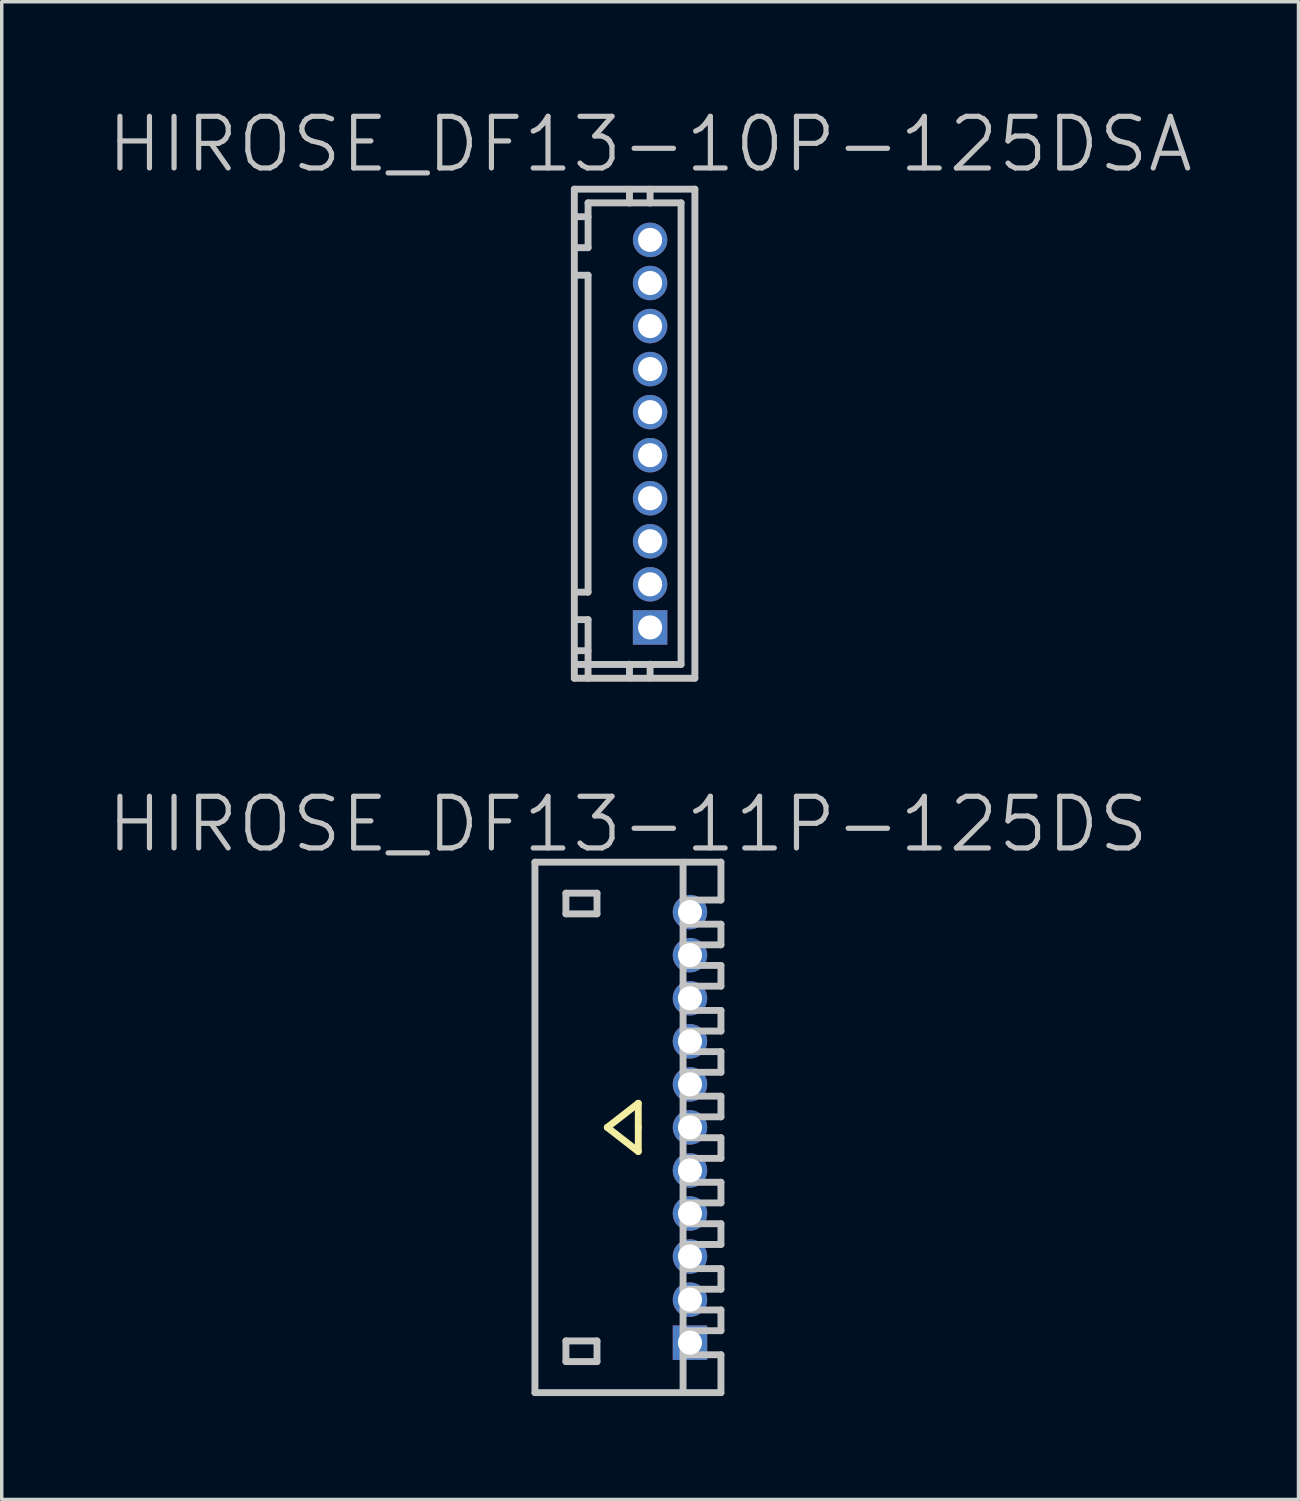
<source format=kicad_pcb>
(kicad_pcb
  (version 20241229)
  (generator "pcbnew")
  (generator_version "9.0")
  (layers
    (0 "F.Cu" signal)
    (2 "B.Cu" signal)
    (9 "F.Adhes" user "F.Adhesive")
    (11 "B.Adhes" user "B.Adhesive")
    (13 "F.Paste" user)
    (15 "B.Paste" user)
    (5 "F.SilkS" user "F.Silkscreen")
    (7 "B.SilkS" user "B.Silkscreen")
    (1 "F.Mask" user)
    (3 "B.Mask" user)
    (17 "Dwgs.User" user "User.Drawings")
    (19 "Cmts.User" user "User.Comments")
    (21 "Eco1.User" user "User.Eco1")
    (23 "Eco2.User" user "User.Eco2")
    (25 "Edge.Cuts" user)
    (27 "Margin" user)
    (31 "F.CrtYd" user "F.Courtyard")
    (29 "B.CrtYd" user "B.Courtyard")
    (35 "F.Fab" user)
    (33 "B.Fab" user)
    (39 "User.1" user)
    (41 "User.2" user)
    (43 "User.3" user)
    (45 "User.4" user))
  (footprint "HIROSE_DF13-11P-125DS"
    (layer "F.Cu")
    (at 15.182 29.683)
    (property "Reference" "HIROSE_DF13-11P-125DS" (at 0 -8.8 180) (layer "Dwgs.User") (effects (font (size 1.5 1.5) (thickness 0.15))))
    (attr through_hole)
    (fp_line (start -0.6 0) (end 0.3 0.7) (stroke (width 0.2) (type solid)) (layer "F.SilkS"))
    (fp_line (start 0.3 -0.7) (end -0.6 0) (stroke (width 0.2) (type solid)) (layer "F.SilkS"))
    (fp_line (start 0.3 0) (end 0.3 -0.7) (stroke (width 0.2) (type solid)) (layer "F.SilkS"))
    (fp_line (start 0.3 0.7) (end 0.3 0) (stroke (width 0.2) (type solid)) (layer "F.SilkS"))
    (fp_line (start -2.7 -7.701) (end 2.7 -7.701) (stroke (width 0.2) (type solid)) (layer "Dwgs.User"))
    (fp_line (start -2.7 7.699) (end -2.7 -7.699) (stroke (width 0.2) (type solid)) (layer "Dwgs.User"))
    (fp_line (start -2.7 7.701) (end 2.7 7.701) (stroke (width 0.2) (type solid)) (layer "Dwgs.User"))
    (fp_line (start -1.801 -6.8) (end -1.801 -6.2) (stroke (width 0.2) (type solid)) (layer "Dwgs.User"))
    (fp_line (start -1.801 -6.2) (end -0.899 -6.2) (stroke (width 0.2) (type solid)) (layer "Dwgs.User"))
    (fp_line (start -1.801 6.2) (end -0.899 6.2) (stroke (width 0.2) (type solid)) (layer "Dwgs.User"))
    (fp_line (start -1.801 6.8) (end -1.801 6.2) (stroke (width 0.2) (type solid)) (layer "Dwgs.User"))
    (fp_line (start -0.899 -6.8) (end -1.801 -6.8) (stroke (width 0.2) (type solid)) (layer "Dwgs.User"))
    (fp_line (start -0.899 -6.2) (end -0.899 -6.8) (stroke (width 0.2) (type solid)) (layer "Dwgs.User"))
    (fp_line (start -0.899 6.2) (end -0.899 6.8) (stroke (width 0.2) (type solid)) (layer "Dwgs.User"))
    (fp_line (start -0.899 6.8) (end -1.801 6.8) (stroke (width 0.2) (type solid)) (layer "Dwgs.User"))
    (fp_line (start 1.6 -7.699) (end 1.6 7.699) (stroke (width 0.2) (type solid)) (layer "Dwgs.User"))
    (fp_line (start 1.6 -6.601) (end 2.7 -6.601) (stroke (width 0.2) (type solid)) (layer "Dwgs.User"))
    (fp_line (start 1.6 -5.301) (end 2.7 -5.301) (stroke (width 0.2) (type solid)) (layer "Dwgs.User"))
    (fp_line (start 1.6 -1.6) (end 2.7 -1.6) (stroke (width 0.2) (type solid)) (layer "Dwgs.User"))
    (fp_line (start 1.6 -0.907) (end 2.7 -0.907) (stroke (width 0.2) (type solid)) (layer "Dwgs.User"))
    (fp_line (start 1.6 -0.307) (end 2.7 -0.307) (stroke (width 0.2) (type solid)) (layer "Dwgs.User"))
    (fp_line (start 1.6 0.3) (end 2.7 0.3) (stroke (width 0.2) (type solid)) (layer "Dwgs.User"))
    (fp_line (start 1.6 1.593) (end 2.7 1.593) (stroke (width 0.2) (type solid)) (layer "Dwgs.User"))
    (fp_line (start 1.6 2.797) (end 2.7 2.797) (stroke (width 0.2) (type solid)) (layer "Dwgs.User"))
    (fp_line (start 1.6 4.1) (end 2.7 4.1) (stroke (width 0.2) (type solid)) (layer "Dwgs.User"))
    (fp_line (start 1.6 5.301) (end 2.7 5.301) (stroke (width 0.2) (type solid)) (layer "Dwgs.User"))
    (fp_line (start 1.6 6.601) (end 2.7 6.601) (stroke (width 0.2) (type solid)) (layer "Dwgs.User"))
    (fp_line (start 2.7 -6.601) (end 2.7 -7.701) (stroke (width 0.2) (type solid)) (layer "Dwgs.User"))
    (fp_line (start 2.7 -5.9) (end 1.6 -5.9) (stroke (width 0.2) (type solid)) (layer "Dwgs.User"))
    (fp_line (start 2.7 -5.301) (end 2.7 -5.9) (stroke (width 0.2) (type solid)) (layer "Dwgs.User"))
    (fp_line (start 2.7 -4.702) (end 1.6 -4.702) (stroke (width 0.2) (type solid)) (layer "Dwgs.User"))
    (fp_line (start 2.7 -4.1) (end 1.6 -4.1) (stroke (width 0.2) (type solid)) (layer "Dwgs.User"))
    (fp_line (start 2.7 -4.1) (end 2.7 -4.702) (stroke (width 0.2) (type solid)) (layer "Dwgs.User"))
    (fp_line (start 2.7 -3.396) (end 1.6 -3.396) (stroke (width 0.2) (type solid)) (layer "Dwgs.User"))
    (fp_line (start 2.7 -2.797) (end 1.6 -2.797) (stroke (width 0.2) (type solid)) (layer "Dwgs.User"))
    (fp_line (start 2.7 -2.797) (end 2.7 -3.396) (stroke (width 0.2) (type solid)) (layer "Dwgs.User"))
    (fp_line (start 2.7 -2.2) (end 1.6 -2.2) (stroke (width 0.2) (type solid)) (layer "Dwgs.User"))
    (fp_line (start 2.7 -1.6) (end 2.7 -2.2) (stroke (width 0.2) (type solid)) (layer "Dwgs.User"))
    (fp_line (start 2.7 -0.307) (end 2.7 -0.907) (stroke (width 0.2) (type solid)) (layer "Dwgs.User"))
    (fp_line (start 2.7 0.3) (end 2.7 0.899) (stroke (width 0.2) (type solid)) (layer "Dwgs.User"))
    (fp_line (start 2.7 0.899) (end 1.6 0.899) (stroke (width 0.2) (type solid)) (layer "Dwgs.User"))
    (fp_line (start 2.7 1.593) (end 2.7 2.192) (stroke (width 0.2) (type solid)) (layer "Dwgs.User"))
    (fp_line (start 2.7 2.192) (end 1.6 2.192) (stroke (width 0.2) (type solid)) (layer "Dwgs.User"))
    (fp_line (start 2.7 2.797) (end 2.7 3.399) (stroke (width 0.2) (type solid)) (layer "Dwgs.User"))
    (fp_line (start 2.7 3.399) (end 1.6 3.399) (stroke (width 0.2) (type solid)) (layer "Dwgs.User"))
    (fp_line (start 2.7 4.1) (end 2.7 4.699) (stroke (width 0.2) (type solid)) (layer "Dwgs.User"))
    (fp_line (start 2.7 4.699) (end 1.6 4.699) (stroke (width 0.2) (type solid)) (layer "Dwgs.User"))
    (fp_line (start 2.7 5.301) (end 2.7 5.903) (stroke (width 0.2) (type solid)) (layer "Dwgs.User"))
    (fp_line (start 2.7 5.903) (end 1.6 5.903) (stroke (width 0.2) (type solid)) (layer "Dwgs.User"))
    (fp_line (start 2.7 7.701) (end 2.7 6.601) (stroke (width 0.2) (type solid)) (layer "Dwgs.User"))
    (pad "1" thru_hole rect (at 1.801 6.251 270) (size 1 1) (drill 0.7) (layers "*.Cu" "*.Mask"))
    (pad "2" thru_hole circle (at 1.801 5.001 270) (size 1 1) (drill 0.7) (layers "*.Cu" "*.Mask"))
    (pad "3" thru_hole circle (at 1.801 3.749 270) (size 1 1) (drill 0.7) (layers "*.Cu" "*.Mask"))
    (pad "4" thru_hole circle (at 1.801 2.499 270) (size 1 1) (drill 0.7) (layers "*.Cu" "*.Mask"))
    (pad "5" thru_hole circle (at 1.801 1.25 270) (size 1 1) (drill 0.7) (layers "*.Cu" "*.Mask"))
    (pad "6" thru_hole circle (at 1.801 0 270) (size 1 1) (drill 0.7) (layers "*.Cu" "*.Mask"))
    (pad "7" thru_hole circle (at 1.801 -1.25 270) (size 1 1) (drill 0.7) (layers "*.Cu" "*.Mask"))
    (pad "8" thru_hole circle (at 1.801 -2.499 270) (size 1 1) (drill 0.7) (layers "*.Cu" "*.Mask"))
    (pad "9" thru_hole circle (at 1.801 -3.749 270) (size 1 1) (drill 0.7) (layers "*.Cu" "*.Mask"))
    (pad "10" thru_hole circle (at 1.801 -5.001 270) (size 1 1) (drill 0.7) (layers "*.Cu" "*.Mask"))
    (pad "11" thru_hole circle (at 1.801 -6.251 270) (size 1 1) (drill 0.7) (layers "*.Cu" "*.Mask")))
  (footprint "HIROSE_DF13-10P-125DSA"
    (layer "F.Cu")
    (at 15.825 9.541)
    (property "Reference" "HIROSE_DF13-10P-125DSA" (at 0 -8.4 180) (layer "Dwgs.User") (effects (font (size 1.5 1.5) (thickness 0.15))))
    (attr through_hole)
    (fp_line (start -2.2 -7.099) (end 1.3 -7.099) (stroke (width 0.2) (type solid)) (layer "Dwgs.User"))
    (fp_line (start -2.2 -4.6) (end -1.801 -4.6) (stroke (width 0.2) (type solid)) (layer "Dwgs.User"))
    (fp_line (start -2.2 4.602) (end -1.801 4.602) (stroke (width 0.2) (type solid)) (layer "Dwgs.User"))
    (fp_line (start -2.2 7.099) (end -2.2 -7.099) (stroke (width 0.2) (type solid)) (layer "Dwgs.User"))
    (fp_line (start -1.801 -6.299) (end -2.2 -6.299) (stroke (width 0.2) (type solid)) (layer "Dwgs.User"))
    (fp_line (start -1.801 -5.4) (end -2.2 -5.4) (stroke (width 0.2) (type solid)) (layer "Dwgs.User"))
    (fp_line (start -1.801 -5.4) (end -1.801 -6.701) (stroke (width 0.2) (type solid)) (layer "Dwgs.User"))
    (fp_line (start -1.801 -4.6) (end -1.801 4.6) (stroke (width 0.2) (type solid)) (layer "Dwgs.User"))
    (fp_line (start -1.801 5.4) (end -2.2 5.4) (stroke (width 0.2) (type solid)) (layer "Dwgs.User"))
    (fp_line (start -1.801 5.4) (end -1.801 7.102) (stroke (width 0.2) (type solid)) (layer "Dwgs.User"))
    (fp_line (start -1.801 6.302) (end -2.2 6.302) (stroke (width 0.2) (type solid)) (layer "Dwgs.User"))
    (fp_line (start -0.599 -6.695) (end -0.599 -7.097) (stroke (width 0.2) (type solid)) (layer "Dwgs.User"))
    (fp_line (start -0.599 7.094) (end -0.599 6.693) (stroke (width 0.2) (type solid)) (layer "Dwgs.User"))
    (fp_line (start -0.099 -5.7) (end -0.099 -5.499) (stroke (width 0.2) (type solid)) (layer "Dwgs.User"))
    (fp_line (start -0.099 -5.499) (end 0.099 -5.499) (stroke (width 0.2) (type solid)) (layer "Dwgs.User"))
    (fp_line (start -0.099 -4.501) (end -0.099 -4.3) (stroke (width 0.2) (type solid)) (layer "Dwgs.User"))
    (fp_line (start -0.099 -4.3) (end 0.099 -4.3) (stroke (width 0.2) (type solid)) (layer "Dwgs.User"))
    (fp_line (start -0.099 -3.2) (end -0.099 -3) (stroke (width 0.2) (type solid)) (layer "Dwgs.User"))
    (fp_line (start -0.099 -3) (end 0.099 -3) (stroke (width 0.2) (type solid)) (layer "Dwgs.User"))
    (fp_line (start -0.099 -1.999) (end -0.099 -1.801) (stroke (width 0.2) (type solid)) (layer "Dwgs.User"))
    (fp_line (start -0.099 -1.801) (end 0.099 -1.801) (stroke (width 0.2) (type solid)) (layer "Dwgs.User"))
    (fp_line (start -0.099 -0.701) (end -0.099 -0.5) (stroke (width 0.2) (type solid)) (layer "Dwgs.User"))
    (fp_line (start -0.099 -0.5) (end 0.099 -0.5) (stroke (width 0.2) (type solid)) (layer "Dwgs.User"))
    (fp_line (start -0.099 0.5) (end 0.099 0.5) (stroke (width 0.2) (type solid)) (layer "Dwgs.User"))
    (fp_line (start -0.099 0.701) (end -0.099 0.5) (stroke (width 0.2) (type solid)) (layer "Dwgs.User"))
    (fp_line (start -0.099 1.801) (end 0.099 1.801) (stroke (width 0.2) (type solid)) (layer "Dwgs.User"))
    (fp_line (start -0.099 1.999) (end -0.099 1.801) (stroke (width 0.2) (type solid)) (layer "Dwgs.User"))
    (fp_line (start -0.099 3) (end 0.099 3) (stroke (width 0.2) (type solid)) (layer "Dwgs.User"))
    (fp_line (start -0.099 3.2) (end -0.099 3) (stroke (width 0.2) (type solid)) (layer "Dwgs.User"))
    (fp_line (start -0.099 4.3) (end 0.099 4.3) (stroke (width 0.2) (type solid)) (layer "Dwgs.User"))
    (fp_line (start -0.099 4.501) (end -0.099 4.3) (stroke (width 0.2) (type solid)) (layer "Dwgs.User"))
    (fp_line (start -0.099 5.499) (end 0.099 5.499) (stroke (width 0.2) (type solid)) (layer "Dwgs.User"))
    (fp_line (start -0.099 5.7) (end -0.099 5.499) (stroke (width 0.2) (type solid)) (layer "Dwgs.User"))
    (fp_line (start 0 -6.695) (end 0 -7.097) (stroke (width 0.2) (type solid)) (layer "Dwgs.User"))
    (fp_line (start 0 6.693) (end 0 7.094) (stroke (width 0.2) (type solid)) (layer "Dwgs.User"))
    (fp_line (start 0.099 -5.7) (end -0.099 -5.7) (stroke (width 0.2) (type solid)) (layer "Dwgs.User"))
    (fp_line (start 0.099 -5.499) (end 0.099 -5.7) (stroke (width 0.2) (type solid)) (layer "Dwgs.User"))
    (fp_line (start 0.099 -4.501) (end -0.099 -4.501) (stroke (width 0.2) (type solid)) (layer "Dwgs.User"))
    (fp_line (start 0.099 -4.3) (end 0.099 -4.501) (stroke (width 0.2) (type solid)) (layer "Dwgs.User"))
    (fp_line (start 0.099 -3.2) (end -0.099 -3.2) (stroke (width 0.2) (type solid)) (layer "Dwgs.User"))
    (fp_line (start 0.099 -3) (end 0.099 -3.2) (stroke (width 0.2) (type solid)) (layer "Dwgs.User"))
    (fp_line (start 0.099 -1.999) (end -0.099 -1.999) (stroke (width 0.2) (type solid)) (layer "Dwgs.User"))
    (fp_line (start 0.099 -1.801) (end 0.099 -1.999) (stroke (width 0.2) (type solid)) (layer "Dwgs.User"))
    (fp_line (start 0.099 -0.701) (end -0.099 -0.701) (stroke (width 0.2) (type solid)) (layer "Dwgs.User"))
    (fp_line (start 0.099 -0.5) (end 0.099 -0.701) (stroke (width 0.2) (type solid)) (layer "Dwgs.User"))
    (fp_line (start 0.099 0.5) (end 0.099 0.701) (stroke (width 0.2) (type solid)) (layer "Dwgs.User"))
    (fp_line (start 0.099 0.701) (end -0.099 0.701) (stroke (width 0.2) (type solid)) (layer "Dwgs.User"))
    (fp_line (start 0.099 1.801) (end 0.099 1.999) (stroke (width 0.2) (type solid)) (layer "Dwgs.User"))
    (fp_line (start 0.099 1.999) (end -0.099 1.999) (stroke (width 0.2) (type solid)) (layer "Dwgs.User"))
    (fp_line (start 0.099 3) (end 0.099 3.2) (stroke (width 0.2) (type solid)) (layer "Dwgs.User"))
    (fp_line (start 0.099 3.2) (end -0.099 3.2) (stroke (width 0.2) (type solid)) (layer "Dwgs.User"))
    (fp_line (start 0.099 4.3) (end 0.099 4.501) (stroke (width 0.2) (type solid)) (layer "Dwgs.User"))
    (fp_line (start 0.099 4.501) (end -0.099 4.501) (stroke (width 0.2) (type solid)) (layer "Dwgs.User"))
    (fp_line (start 0.099 5.499) (end 0.099 5.7) (stroke (width 0.2) (type solid)) (layer "Dwgs.User"))
    (fp_line (start 0.099 5.7) (end -0.099 5.7) (stroke (width 0.2) (type solid)) (layer "Dwgs.User"))
    (fp_line (start 0.899 -6.701) (end -1.801 -6.701) (stroke (width 0.2) (type solid)) (layer "Dwgs.User"))
    (fp_line (start 0.899 -6.701) (end 0.899 6.701) (stroke (width 0.2) (type solid)) (layer "Dwgs.User"))
    (fp_line (start 0.899 6.701) (end -2.2 6.701) (stroke (width 0.2) (type solid)) (layer "Dwgs.User"))
    (fp_line (start 1.3 7.099) (end 1.3 -7.099) (stroke (width 0.2) (type solid)) (layer "Dwgs.User"))
    (fp_line (start 1.3 7.102) (end -2.2 7.102) (stroke (width 0.2) (type solid)) (layer "Dwgs.User"))
    (pad "1" thru_hole rect (at 0 5.626 270) (size 1 1) (drill 0.7) (layers "*.Cu" "*.Mask"))
    (pad "2" thru_hole circle (at 0 4.374 270) (size 1 1) (drill 0.7) (layers "*.Cu" "*.Mask"))
    (pad "3" thru_hole circle (at 0 3.124 270) (size 1 1) (drill 0.7) (layers "*.Cu" "*.Mask"))
    (pad "4" thru_hole circle (at 0 1.875 270) (size 1 1) (drill 0.7) (layers "*.Cu" "*.Mask"))
    (pad "5" thru_hole circle (at 0 0.625 270) (size 1 1) (drill 0.7) (layers "*.Cu" "*.Mask"))
    (pad "6" thru_hole circle (at 0 -0.625 270) (size 1 1) (drill 0.7) (layers "*.Cu" "*.Mask"))
    (pad "7" thru_hole circle (at 0 -1.875 270) (size 1 1) (drill 0.7) (layers "*.Cu" "*.Mask"))
    (pad "8" thru_hole circle (at 0 -3.124 270) (size 1 1) (drill 0.7) (layers "*.Cu" "*.Mask"))
    (pad "9" thru_hole circle (at 0 -4.374 270) (size 1 1) (drill 0.7) (layers "*.Cu" "*.Mask"))
    (pad "10" thru_hole circle (at 0 -5.626 270) (size 1 1) (drill 0.7) (layers "*.Cu" "*.Mask")))
  (gr_rect
    (start -3 -3)
    (end 34.65 40.485)
    (stroke (width 0.1) (type default))
    (fill no)
    (layer "Edge.Cuts")))
</source>
